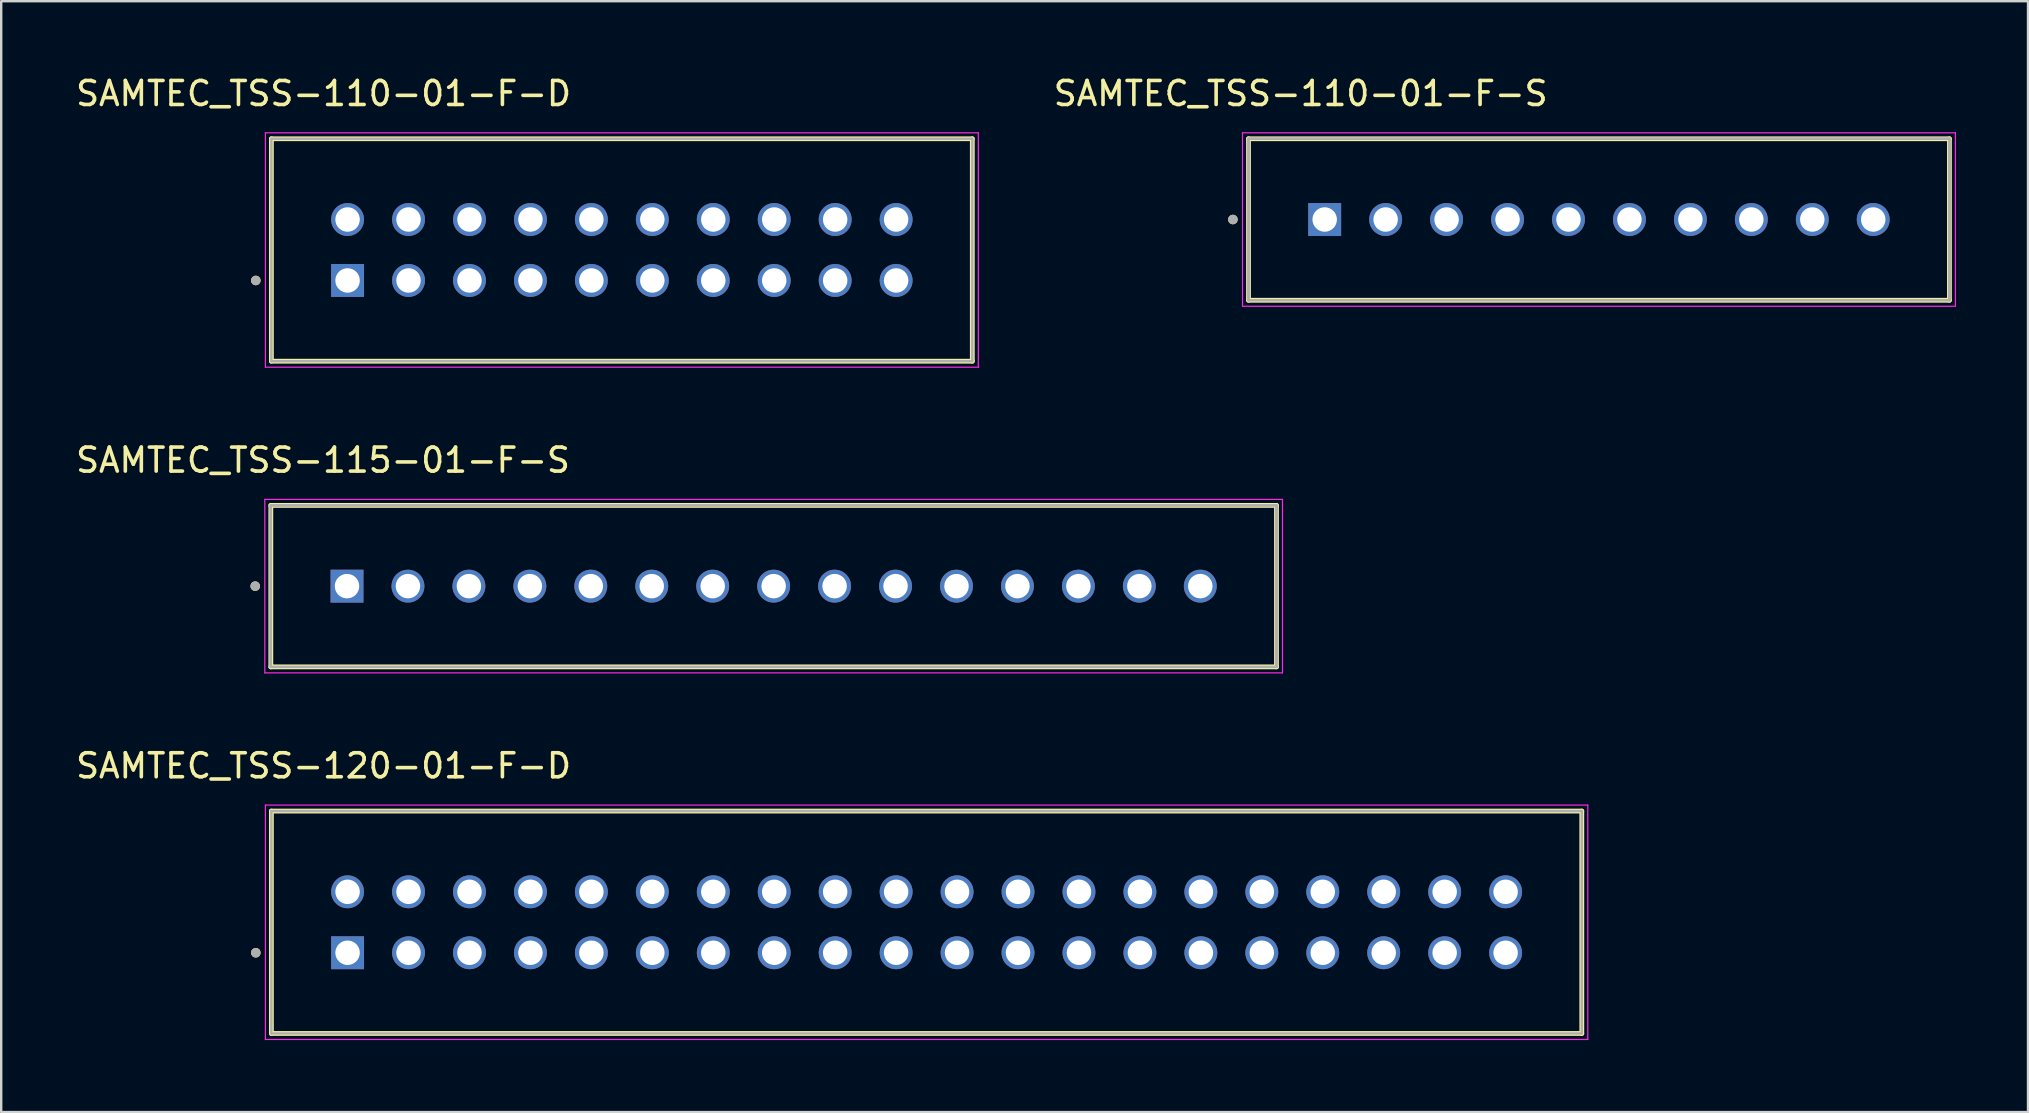
<source format=kicad_pcb>
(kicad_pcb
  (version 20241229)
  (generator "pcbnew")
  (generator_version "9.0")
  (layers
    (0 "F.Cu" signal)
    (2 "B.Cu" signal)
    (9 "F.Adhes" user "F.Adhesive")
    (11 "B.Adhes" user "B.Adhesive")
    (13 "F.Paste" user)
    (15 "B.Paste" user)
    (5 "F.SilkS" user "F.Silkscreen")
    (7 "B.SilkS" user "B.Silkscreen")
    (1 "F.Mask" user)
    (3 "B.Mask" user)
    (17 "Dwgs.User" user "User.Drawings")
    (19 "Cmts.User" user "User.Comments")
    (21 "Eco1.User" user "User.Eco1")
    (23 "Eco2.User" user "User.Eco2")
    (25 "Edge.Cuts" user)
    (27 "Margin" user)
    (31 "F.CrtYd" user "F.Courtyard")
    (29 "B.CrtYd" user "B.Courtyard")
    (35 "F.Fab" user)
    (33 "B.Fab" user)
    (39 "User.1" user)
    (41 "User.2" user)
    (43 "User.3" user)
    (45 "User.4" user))
  (footprint "SAMTEC_TSS-115-01-F-S"
    (layer "F.Cu")
    (at 11.411 21.377)
    (property "Reference" "SAMTEC_TSS-115-01-F-S" (at -1 -5.25 0) (layer "F.SilkS") (effects (font (size 1 1) (thickness 0.15))))
    (attr through_hole)
    (fp_line (start -3.175 3.365) (end -3.175 -3.365) (stroke (width 0.2) (type solid)) (layer "F.SilkS"))
    (fp_line (start 38.735 -3.365) (end -3.175 -3.365) (stroke (width 0.2) (type solid)) (layer "F.SilkS"))
    (fp_line (start 38.735 -3.365) (end 38.735 3.365) (stroke (width 0.2) (type solid)) (layer "F.SilkS"))
    (fp_line (start 38.735 3.365) (end -3.175 3.365) (stroke (width 0.2) (type solid)) (layer "F.SilkS"))
    (fp_circle (center -3.825 0) (end -3.725 0) (stroke (width 0.2) (type solid)) (fill no) (layer "F.SilkS"))
    (fp_line (start -3.425 -3.615) (end 38.985 -3.615) (stroke (width 0.05) (type solid)) (layer "F.CrtYd"))
    (fp_line (start -3.425 3.615) (end -3.425 -3.615) (stroke (width 0.05) (type solid)) (layer "F.CrtYd"))
    (fp_line (start 38.985 -3.615) (end 38.985 3.615) (stroke (width 0.05) (type solid)) (layer "F.CrtYd"))
    (fp_line (start 38.985 3.615) (end -3.425 3.615) (stroke (width 0.05) (type solid)) (layer "F.CrtYd"))
    (fp_line (start -3.175 -3.365) (end 38.735 -3.365) (stroke (width 0.1) (type solid)) (layer "F.Fab"))
    (fp_line (start -3.175 -3.365) (end 38.735 -3.365) (stroke (width 0.1) (type solid)) (layer "F.Fab"))
    (fp_line (start -3.175 3.365) (end -3.175 -3.365) (stroke (width 0.1) (type solid)) (layer "F.Fab"))
    (fp_line (start -3.175 3.365) (end -3.175 -3.365) (stroke (width 0.1) (type solid)) (layer "F.Fab"))
    (fp_line (start 38.735 -3.365) (end 38.735 3.365) (stroke (width 0.1) (type solid)) (layer "F.Fab"))
    (fp_line (start 38.735 -3.365) (end 38.735 3.365) (stroke (width 0.1) (type solid)) (layer "F.Fab"))
    (fp_line (start 38.735 3.365) (end -3.175 3.365) (stroke (width 0.1) (type solid)) (layer "F.Fab"))
    (fp_circle (center -3.825 0) (end -3.725 0) (stroke (width 0.2) (type solid)) (fill no) (layer "F.Fab"))
    (pad "01" thru_hole rect (at 0 0) (size 1.37 1.37) (drill 1.02) (layers "*.Cu" "*.Mask"))
    (pad "02" thru_hole circle (at 2.54 0) (size 1.37 1.37) (drill 1.02) (layers "*.Cu" "*.Mask"))
    (pad "03" thru_hole circle (at 5.08 0) (size 1.37 1.37) (drill 1.02) (layers "*.Cu" "*.Mask"))
    (pad "04" thru_hole circle (at 7.62 0) (size 1.37 1.37) (drill 1.02) (layers "*.Cu" "*.Mask"))
    (pad "05" thru_hole circle (at 10.16 0) (size 1.37 1.37) (drill 1.02) (layers "*.Cu" "*.Mask"))
    (pad "06" thru_hole circle (at 12.7 0) (size 1.37 1.37) (drill 1.02) (layers "*.Cu" "*.Mask"))
    (pad "07" thru_hole circle (at 15.24 0) (size 1.37 1.37) (drill 1.02) (layers "*.Cu" "*.Mask"))
    (pad "08" thru_hole circle (at 17.78 0) (size 1.37 1.37) (drill 1.02) (layers "*.Cu" "*.Mask"))
    (pad "09" thru_hole circle (at 20.32 0) (size 1.37 1.37) (drill 1.02) (layers "*.Cu" "*.Mask"))
    (pad "10" thru_hole circle (at 22.86 0) (size 1.37 1.37) (drill 1.02) (layers "*.Cu" "*.Mask"))
    (pad "11" thru_hole circle (at 25.4 0) (size 1.37 1.37) (drill 1.02) (layers "*.Cu" "*.Mask"))
    (pad "12" thru_hole circle (at 27.94 0) (size 1.37 1.37) (drill 1.02) (layers "*.Cu" "*.Mask"))
    (pad "13" thru_hole circle (at 30.48 0) (size 1.37 1.37) (drill 1.02) (layers "*.Cu" "*.Mask"))
    (pad "14" thru_hole circle (at 33.02 0) (size 1.37 1.37) (drill 1.02) (layers "*.Cu" "*.Mask"))
    (pad "15" thru_hole circle (at 35.56 0) (size 1.37 1.37) (drill 1.02) (layers "*.Cu" "*.Mask")))
  (footprint "SAMTEC_TSS-110-01-F-S"
    (layer "F.Cu")
    (at 52.155 6.098)
    (property "Reference" "SAMTEC_TSS-110-01-F-S" (at -1 -5.25 0) (layer "F.SilkS") (effects (font (size 1 1) (thickness 0.15))))
    (attr through_hole)
    (fp_line (start -3.175 3.365) (end -3.175 -3.365) (stroke (width 0.2) (type solid)) (layer "F.SilkS"))
    (fp_line (start 26.035 -3.365) (end -3.175 -3.365) (stroke (width 0.2) (type solid)) (layer "F.SilkS"))
    (fp_line (start 26.035 -3.365) (end 26.035 3.365) (stroke (width 0.2) (type solid)) (layer "F.SilkS"))
    (fp_line (start 26.035 3.365) (end -3.175 3.365) (stroke (width 0.2) (type solid)) (layer "F.SilkS"))
    (fp_circle (center -3.825 0) (end -3.725 0) (stroke (width 0.2) (type solid)) (fill no) (layer "F.SilkS"))
    (fp_line (start -3.425 -3.615) (end 26.285 -3.615) (stroke (width 0.05) (type solid)) (layer "F.CrtYd"))
    (fp_line (start -3.425 3.615) (end -3.425 -3.615) (stroke (width 0.05) (type solid)) (layer "F.CrtYd"))
    (fp_line (start 26.285 -3.615) (end 26.285 3.615) (stroke (width 0.05) (type solid)) (layer "F.CrtYd"))
    (fp_line (start 26.285 3.615) (end -3.425 3.615) (stroke (width 0.05) (type solid)) (layer "F.CrtYd"))
    (fp_line (start -3.175 -3.365) (end 26.035 -3.365) (stroke (width 0.1) (type solid)) (layer "F.Fab"))
    (fp_line (start -3.175 -3.365) (end 26.035 -3.365) (stroke (width 0.1) (type solid)) (layer "F.Fab"))
    (fp_line (start -3.175 3.365) (end -3.175 -3.365) (stroke (width 0.1) (type solid)) (layer "F.Fab"))
    (fp_line (start -3.175 3.365) (end -3.175 -3.365) (stroke (width 0.1) (type solid)) (layer "F.Fab"))
    (fp_line (start 26.035 -3.365) (end 26.035 3.365) (stroke (width 0.1) (type solid)) (layer "F.Fab"))
    (fp_line (start 26.035 -3.365) (end 26.035 3.365) (stroke (width 0.1) (type solid)) (layer "F.Fab"))
    (fp_line (start 26.035 3.365) (end -3.175 3.365) (stroke (width 0.1) (type solid)) (layer "F.Fab"))
    (fp_circle (center -3.825 0) (end -3.725 0) (stroke (width 0.2) (type solid)) (fill no) (layer "F.Fab"))
    (pad "01" thru_hole rect (at 0 0) (size 1.37 1.37) (drill 1.02) (layers "*.Cu" "*.Mask"))
    (pad "02" thru_hole circle (at 2.54 0) (size 1.37 1.37) (drill 1.02) (layers "*.Cu" "*.Mask"))
    (pad "03" thru_hole circle (at 5.08 0) (size 1.37 1.37) (drill 1.02) (layers "*.Cu" "*.Mask"))
    (pad "04" thru_hole circle (at 7.62 0) (size 1.37 1.37) (drill 1.02) (layers "*.Cu" "*.Mask"))
    (pad "05" thru_hole circle (at 10.16 0) (size 1.37 1.37) (drill 1.02) (layers "*.Cu" "*.Mask"))
    (pad "06" thru_hole circle (at 12.7 0) (size 1.37 1.37) (drill 1.02) (layers "*.Cu" "*.Mask"))
    (pad "07" thru_hole circle (at 15.24 0) (size 1.37 1.37) (drill 1.02) (layers "*.Cu" "*.Mask"))
    (pad "08" thru_hole circle (at 17.78 0) (size 1.37 1.37) (drill 1.02) (layers "*.Cu" "*.Mask"))
    (pad "09" thru_hole circle (at 20.32 0) (size 1.37 1.37) (drill 1.02) (layers "*.Cu" "*.Mask"))
    (pad "10" thru_hole circle (at 22.86 0) (size 1.37 1.37) (drill 1.02) (layers "*.Cu" "*.Mask")))
  (footprint "SAMTEC_TSS-110-01-F-D"
    (layer "F.Cu")
    (at 11.435 8.638)
    (property "Reference" "SAMTEC_TSS-110-01-F-D" (at -1 -7.79 0) (layer "F.SilkS") (effects (font (size 1 1) (thickness 0.15))))
    (attr through_hole)
    (fp_line (start -3.175 3.365) (end -3.175 -5.905) (stroke (width 0.2) (type solid)) (layer "F.SilkS"))
    (fp_line (start 26.035 -5.905) (end -3.175 -5.905) (stroke (width 0.2) (type solid)) (layer "F.SilkS"))
    (fp_line (start 26.035 -5.905) (end 26.035 3.365) (stroke (width 0.2) (type solid)) (layer "F.SilkS"))
    (fp_line (start 26.035 3.365) (end -3.175 3.365) (stroke (width 0.2) (type solid)) (layer "F.SilkS"))
    (fp_circle (center -3.825 0) (end -3.725 0) (stroke (width 0.2) (type solid)) (fill no) (layer "F.SilkS"))
    (fp_line (start -3.425 -6.155) (end 26.285 -6.155) (stroke (width 0.05) (type solid)) (layer "F.CrtYd"))
    (fp_line (start -3.425 3.615) (end -3.425 -6.155) (stroke (width 0.05) (type solid)) (layer "F.CrtYd"))
    (fp_line (start 26.285 -6.155) (end 26.285 3.615) (stroke (width 0.05) (type solid)) (layer "F.CrtYd"))
    (fp_line (start 26.285 3.615) (end -3.425 3.615) (stroke (width 0.05) (type solid)) (layer "F.CrtYd"))
    (fp_line (start -3.175 -5.905) (end 26.035 -5.905) (stroke (width 0.1) (type solid)) (layer "F.Fab"))
    (fp_line (start -3.175 3.365) (end -3.175 -5.905) (stroke (width 0.1) (type solid)) (layer "F.Fab"))
    (fp_line (start 26.035 -5.905) (end 26.035 3.365) (stroke (width 0.1) (type solid)) (layer "F.Fab"))
    (fp_line (start 26.035 3.365) (end -3.175 3.365) (stroke (width 0.1) (type solid)) (layer "F.Fab"))
    (fp_circle (center -3.825 0) (end -3.725 0) (stroke (width 0.2) (type solid)) (fill no) (layer "F.Fab"))
    (pad "01" thru_hole rect (at 0 0) (size 1.37 1.37) (drill 1.02) (layers "*.Cu" "*.Mask"))
    (pad "02" thru_hole circle (at 0 -2.54) (size 1.37 1.37) (drill 1.02) (layers "*.Cu" "*.Mask"))
    (pad "03" thru_hole circle (at 2.54 0) (size 1.37 1.37) (drill 1.02) (layers "*.Cu" "*.Mask"))
    (pad "04" thru_hole circle (at 2.54 -2.54) (size 1.37 1.37) (drill 1.02) (layers "*.Cu" "*.Mask"))
    (pad "05" thru_hole circle (at 5.08 0) (size 1.37 1.37) (drill 1.02) (layers "*.Cu" "*.Mask"))
    (pad "06" thru_hole circle (at 5.08 -2.54) (size 1.37 1.37) (drill 1.02) (layers "*.Cu" "*.Mask"))
    (pad "07" thru_hole circle (at 7.62 0) (size 1.37 1.37) (drill 1.02) (layers "*.Cu" "*.Mask"))
    (pad "08" thru_hole circle (at 7.62 -2.54) (size 1.37 1.37) (drill 1.02) (layers "*.Cu" "*.Mask"))
    (pad "09" thru_hole circle (at 10.16 0) (size 1.37 1.37) (drill 1.02) (layers "*.Cu" "*.Mask"))
    (pad "10" thru_hole circle (at 10.16 -2.54) (size 1.37 1.37) (drill 1.02) (layers "*.Cu" "*.Mask"))
    (pad "11" thru_hole circle (at 12.7 0) (size 1.37 1.37) (drill 1.02) (layers "*.Cu" "*.Mask"))
    (pad "12" thru_hole circle (at 12.7 -2.54) (size 1.37 1.37) (drill 1.02) (layers "*.Cu" "*.Mask"))
    (pad "13" thru_hole circle (at 15.24 0) (size 1.37 1.37) (drill 1.02) (layers "*.Cu" "*.Mask"))
    (pad "14" thru_hole circle (at 15.24 -2.54) (size 1.37 1.37) (drill 1.02) (layers "*.Cu" "*.Mask"))
    (pad "15" thru_hole circle (at 17.78 0) (size 1.37 1.37) (drill 1.02) (layers "*.Cu" "*.Mask"))
    (pad "16" thru_hole circle (at 17.78 -2.54) (size 1.37 1.37) (drill 1.02) (layers "*.Cu" "*.Mask"))
    (pad "17" thru_hole circle (at 20.32 0) (size 1.37 1.37) (drill 1.02) (layers "*.Cu" "*.Mask"))
    (pad "18" thru_hole circle (at 20.32 -2.54) (size 1.37 1.37) (drill 1.02) (layers "*.Cu" "*.Mask"))
    (pad "19" thru_hole circle (at 22.86 0) (size 1.37 1.37) (drill 1.02) (layers "*.Cu" "*.Mask"))
    (pad "20" thru_hole circle (at 22.86 -2.54) (size 1.37 1.37) (drill 1.02) (layers "*.Cu" "*.Mask")))
  (footprint "SAMTEC_TSS-120-01-F-D"
    (layer "F.Cu")
    (at 11.435 36.655)
    (property "Reference" "SAMTEC_TSS-120-01-F-D" (at -1 -7.79 0) (layer "F.SilkS") (effects (font (size 1 1) (thickness 0.15))))
    (attr through_hole)
    (fp_line (start -3.175 3.365) (end -3.175 -5.905) (stroke (width 0.2) (type solid)) (layer "F.SilkS"))
    (fp_line (start 51.435 -5.905) (end -3.175 -5.905) (stroke (width 0.2) (type solid)) (layer "F.SilkS"))
    (fp_line (start 51.435 -5.905) (end 51.435 3.365) (stroke (width 0.2) (type solid)) (layer "F.SilkS"))
    (fp_line (start 51.435 3.365) (end -3.175 3.365) (stroke (width 0.2) (type solid)) (layer "F.SilkS"))
    (fp_circle (center -3.825 0) (end -3.725 0) (stroke (width 0.2) (type solid)) (fill no) (layer "F.SilkS"))
    (fp_line (start -3.425 -6.155) (end 51.685 -6.155) (stroke (width 0.05) (type solid)) (layer "F.CrtYd"))
    (fp_line (start -3.425 3.615) (end -3.425 -6.155) (stroke (width 0.05) (type solid)) (layer "F.CrtYd"))
    (fp_line (start 51.685 -6.155) (end 51.685 3.615) (stroke (width 0.05) (type solid)) (layer "F.CrtYd"))
    (fp_line (start 51.685 3.615) (end -3.425 3.615) (stroke (width 0.05) (type solid)) (layer "F.CrtYd"))
    (fp_line (start -3.175 -5.905) (end 51.435 -5.905) (stroke (width 0.1) (type solid)) (layer "F.Fab"))
    (fp_line (start -3.175 3.365) (end -3.175 -5.905) (stroke (width 0.1) (type solid)) (layer "F.Fab"))
    (fp_line (start 51.435 -5.905) (end 51.435 3.365) (stroke (width 0.1) (type solid)) (layer "F.Fab"))
    (fp_line (start 51.435 3.365) (end -3.175 3.365) (stroke (width 0.1) (type solid)) (layer "F.Fab"))
    (fp_circle (center -3.825 0) (end -3.725 0) (stroke (width 0.2) (type solid)) (fill no) (layer "F.Fab"))
    (pad "01" thru_hole rect (at 0 0) (size 1.37 1.37) (drill 1.02) (layers "*.Cu" "*.Mask"))
    (pad "02" thru_hole circle (at 0 -2.54) (size 1.37 1.37) (drill 1.02) (layers "*.Cu" "*.Mask"))
    (pad "03" thru_hole circle (at 2.54 0) (size 1.37 1.37) (drill 1.02) (layers "*.Cu" "*.Mask"))
    (pad "04" thru_hole circle (at 2.54 -2.54) (size 1.37 1.37) (drill 1.02) (layers "*.Cu" "*.Mask"))
    (pad "05" thru_hole circle (at 5.08 0) (size 1.37 1.37) (drill 1.02) (layers "*.Cu" "*.Mask"))
    (pad "06" thru_hole circle (at 5.08 -2.54) (size 1.37 1.37) (drill 1.02) (layers "*.Cu" "*.Mask"))
    (pad "07" thru_hole circle (at 7.62 0) (size 1.37 1.37) (drill 1.02) (layers "*.Cu" "*.Mask"))
    (pad "08" thru_hole circle (at 7.62 -2.54) (size 1.37 1.37) (drill 1.02) (layers "*.Cu" "*.Mask"))
    (pad "09" thru_hole circle (at 10.16 0) (size 1.37 1.37) (drill 1.02) (layers "*.Cu" "*.Mask"))
    (pad "10" thru_hole circle (at 10.16 -2.54) (size 1.37 1.37) (drill 1.02) (layers "*.Cu" "*.Mask"))
    (pad "11" thru_hole circle (at 12.7 0) (size 1.37 1.37) (drill 1.02) (layers "*.Cu" "*.Mask"))
    (pad "12" thru_hole circle (at 12.7 -2.54) (size 1.37 1.37) (drill 1.02) (layers "*.Cu" "*.Mask"))
    (pad "13" thru_hole circle (at 15.24 0) (size 1.37 1.37) (drill 1.02) (layers "*.Cu" "*.Mask"))
    (pad "14" thru_hole circle (at 15.24 -2.54) (size 1.37 1.37) (drill 1.02) (layers "*.Cu" "*.Mask"))
    (pad "15" thru_hole circle (at 17.78 0) (size 1.37 1.37) (drill 1.02) (layers "*.Cu" "*.Mask"))
    (pad "16" thru_hole circle (at 17.78 -2.54) (size 1.37 1.37) (drill 1.02) (layers "*.Cu" "*.Mask"))
    (pad "17" thru_hole circle (at 20.32 0) (size 1.37 1.37) (drill 1.02) (layers "*.Cu" "*.Mask"))
    (pad "18" thru_hole circle (at 20.32 -2.54) (size 1.37 1.37) (drill 1.02) (layers "*.Cu" "*.Mask"))
    (pad "19" thru_hole circle (at 22.86 0) (size 1.37 1.37) (drill 1.02) (layers "*.Cu" "*.Mask"))
    (pad "20" thru_hole circle (at 22.86 -2.54) (size 1.37 1.37) (drill 1.02) (layers "*.Cu" "*.Mask"))
    (pad "21" thru_hole circle (at 25.4 0) (size 1.37 1.37) (drill 1.02) (layers "*.Cu" "*.Mask"))
    (pad "22" thru_hole circle (at 25.4 -2.54) (size 1.37 1.37) (drill 1.02) (layers "*.Cu" "*.Mask"))
    (pad "23" thru_hole circle (at 27.94 0) (size 1.37 1.37) (drill 1.02) (layers "*.Cu" "*.Mask"))
    (pad "24" thru_hole circle (at 27.94 -2.54) (size 1.37 1.37) (drill 1.02) (layers "*.Cu" "*.Mask"))
    (pad "25" thru_hole circle (at 30.48 0) (size 1.37 1.37) (drill 1.02) (layers "*.Cu" "*.Mask"))
    (pad "26" thru_hole circle (at 30.48 -2.54) (size 1.37 1.37) (drill 1.02) (layers "*.Cu" "*.Mask"))
    (pad "27" thru_hole circle (at 33.02 0) (size 1.37 1.37) (drill 1.02) (layers "*.Cu" "*.Mask"))
    (pad "28" thru_hole circle (at 33.02 -2.54) (size 1.37 1.37) (drill 1.02) (layers "*.Cu" "*.Mask"))
    (pad "29" thru_hole circle (at 35.56 0) (size 1.37 1.37) (drill 1.02) (layers "*.Cu" "*.Mask"))
    (pad "30" thru_hole circle (at 35.56 -2.54) (size 1.37 1.37) (drill 1.02) (layers "*.Cu" "*.Mask"))
    (pad "31" thru_hole circle (at 38.1 0) (size 1.37 1.37) (drill 1.02) (layers "*.Cu" "*.Mask"))
    (pad "32" thru_hole circle (at 38.1 -2.54) (size 1.37 1.37) (drill 1.02) (layers "*.Cu" "*.Mask"))
    (pad "33" thru_hole circle (at 40.64 0) (size 1.37 1.37) (drill 1.02) (layers "*.Cu" "*.Mask"))
    (pad "34" thru_hole circle (at 40.64 -2.54) (size 1.37 1.37) (drill 1.02) (layers "*.Cu" "*.Mask"))
    (pad "35" thru_hole circle (at 43.18 0) (size 1.37 1.37) (drill 1.02) (layers "*.Cu" "*.Mask"))
    (pad "36" thru_hole circle (at 43.18 -2.54) (size 1.37 1.37) (drill 1.02) (layers "*.Cu" "*.Mask"))
    (pad "37" thru_hole circle (at 45.72 0) (size 1.37 1.37) (drill 1.02) (layers "*.Cu" "*.Mask"))
    (pad "38" thru_hole circle (at 45.72 -2.54) (size 1.37 1.37) (drill 1.02) (layers "*.Cu" "*.Mask"))
    (pad "39" thru_hole circle (at 48.26 0) (size 1.37 1.37) (drill 1.02) (layers "*.Cu" "*.Mask"))
    (pad "40" thru_hole circle (at 48.26 -2.54) (size 1.37 1.37) (drill 1.02) (layers "*.Cu" "*.Mask")))
  (gr_rect
    (start -3 -3)
    (end 81.465 43.295)
    (stroke (width 0.1) (type default))
    (fill no)
    (layer "Edge.Cuts")))
</source>
